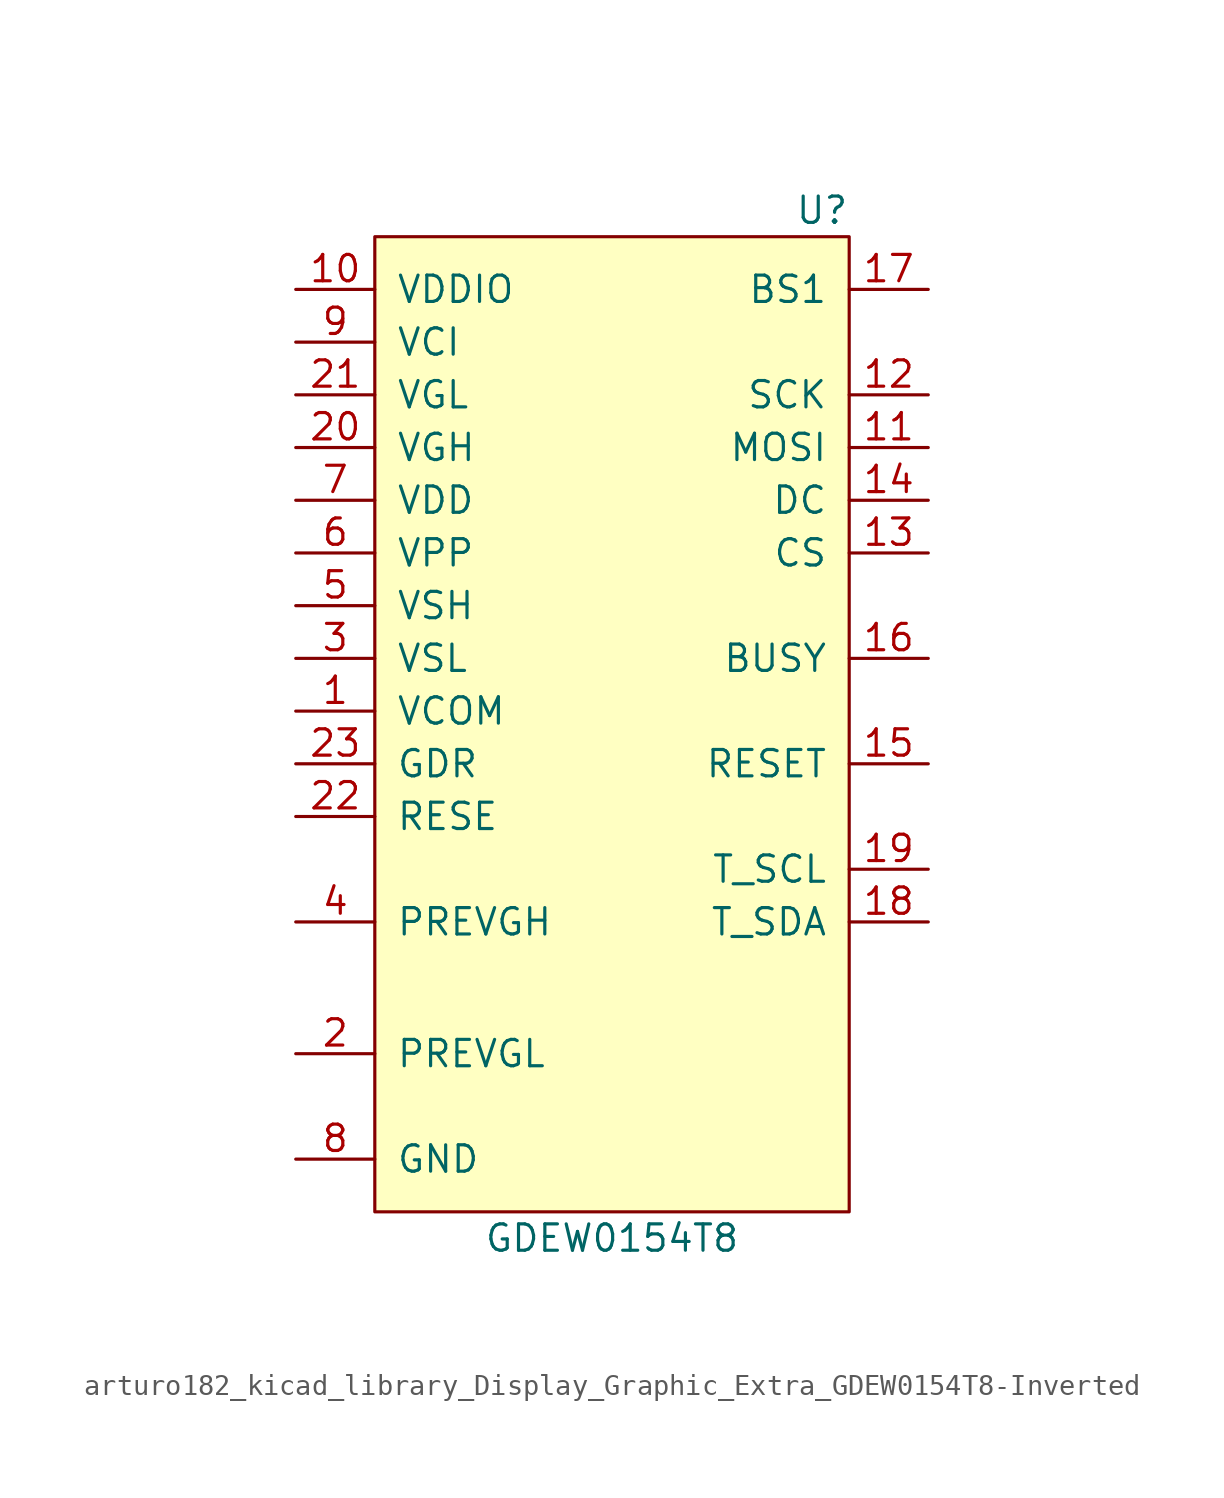
<source format=kicad_sym>
(kicad_symbol_lib
  (version 20220914)
  (generator kicad_symbol_editor)
  (symbol "arturo182_kicad_library_Display_Graphic_Extra_GDEW0154T8-Inverted"
    (pin_names
      (offset 1.016))
    (property "Reference" "U"
      (at 11.43 26.67 0)
      (effects (font (size 1.27 1.27)) (justify right)))
    (property "Value" "GDEW0154T8"
      (at 0 -22.86 0)
      (effects (font (size 1.27 1.27))))
    (symbol "arturo182_kicad_library_Display_Graphic_Extra_GDEW0154T8-Inverted_0_1"
      (rectangle (start -11.43 25.4) (end 11.43 -21.59) (stroke (width 0) (type default)) (fill (type background))))
    (symbol "arturo182_kicad_library_Display_Graphic_Extra_GDEW0154T8-Inverted_1_1"
      (pin power_out line (at -15.24 2.54 0) (length 3.81) (name "VCOM" (effects (font (size 1.27 1.27)))) (number "1" (effects (font (size 1.27 1.27)))))
      (pin power_in line (at -15.24 22.86 0) (length 3.81) (name "VDDIO" (effects (font (size 1.27 1.27)))) (number "10" (effects (font (size 1.27 1.27)))))
      (pin bidirectional line (at 15.24 15.24 180) (length 3.81) (name "MOSI" (effects (font (size 1.27 1.27)))) (number "11" (effects (font (size 1.27 1.27)))))
      (pin bidirectional line (at 15.24 17.78 180) (length 3.81) (name "SCK" (effects (font (size 1.27 1.27)))) (number "12" (effects (font (size 1.27 1.27)))))
      (pin input line (at 15.24 10.16 180) (length 3.81) (name "CS" (effects (font (size 1.27 1.27)))) (number "13" (effects (font (size 1.27 1.27)))))
      (pin input line (at 15.24 12.7 180) (length 3.81) (name "DC" (effects (font (size 1.27 1.27)))) (number "14" (effects (font (size 1.27 1.27)))))
      (pin input line (at 15.24 0 180) (length 3.81) (name "RESET" (effects (font (size 1.27 1.27)))) (number "15" (effects (font (size 1.27 1.27)))))
      (pin output line (at 15.24 5.08 180) (length 3.81) (name "BUSY" (effects (font (size 1.27 1.27)))) (number "16" (effects (font (size 1.27 1.27)))))
      (pin input line (at 15.24 22.86 180) (length 3.81) (name "BS1" (effects (font (size 1.27 1.27)))) (number "17" (effects (font (size 1.27 1.27)))))
      (pin bidirectional line (at 15.24 -7.62 180) (length 3.81) (name "T_SDA" (effects (font (size 1.27 1.27)))) (number "18" (effects (font (size 1.27 1.27)))))
      (pin output line (at 15.24 -5.08 180) (length 3.81) (name "T_SCL" (effects (font (size 1.27 1.27)))) (number "19" (effects (font (size 1.27 1.27)))))
      (pin power_in line (at -15.24 -13.97 0) (length 3.81) (name "PREVGL" (effects (font (size 1.27 1.27)))) (number "2" (effects (font (size 1.27 1.27)))))
      (pin power_out line (at -15.24 15.24 0) (length 3.81) (name "VGH" (effects (font (size 1.27 1.27)))) (number "20" (effects (font (size 1.27 1.27)))))
      (pin power_out line (at -15.24 17.78 0) (length 3.81) (name "VGL" (effects (font (size 1.27 1.27)))) (number "21" (effects (font (size 1.27 1.27)))))
      (pin output line (at -15.24 -2.54 0) (length 3.81) (name "RESE" (effects (font (size 1.27 1.27)))) (number "22" (effects (font (size 1.27 1.27)))))
      (pin output line (at -15.24 0 0) (length 3.81) (name "GDR" (effects (font (size 1.27 1.27)))) (number "23" (effects (font (size 1.27 1.27)))))
      (pin power_out line (at -15.24 5.08 0) (length 3.81) (name "VSL" (effects (font (size 1.27 1.27)))) (number "3" (effects (font (size 1.27 1.27)))))
      (pin power_in line (at -15.24 -7.62 0) (length 3.81) (name "PREVGH" (effects (font (size 1.27 1.27)))) (number "4" (effects (font (size 1.27 1.27)))))
      (pin power_out line (at -15.24 7.62 0) (length 3.81) (name "VSH" (effects (font (size 1.27 1.27)))) (number "5" (effects (font (size 1.27 1.27)))))
      (pin power_out line (at -15.24 10.16 0) (length 3.81) (name "VPP" (effects (font (size 1.27 1.27)))) (number "6" (effects (font (size 1.27 1.27)))))
      (pin power_out line (at -15.24 12.7 0) (length 3.81) (name "VDD" (effects (font (size 1.27 1.27)))) (number "7" (effects (font (size 1.27 1.27)))))
      (pin power_in line (at -15.24 -19.05 0) (length 3.81) (name "GND" (effects (font (size 1.27 1.27)))) (number "8" (effects (font (size 1.27 1.27)))))
      (pin power_in line (at -15.24 20.32 0) (length 3.81) (name "VCI" (effects (font (size 1.27 1.27)))) (number "9" (effects (font (size 1.27 1.27))))))))
</source>
